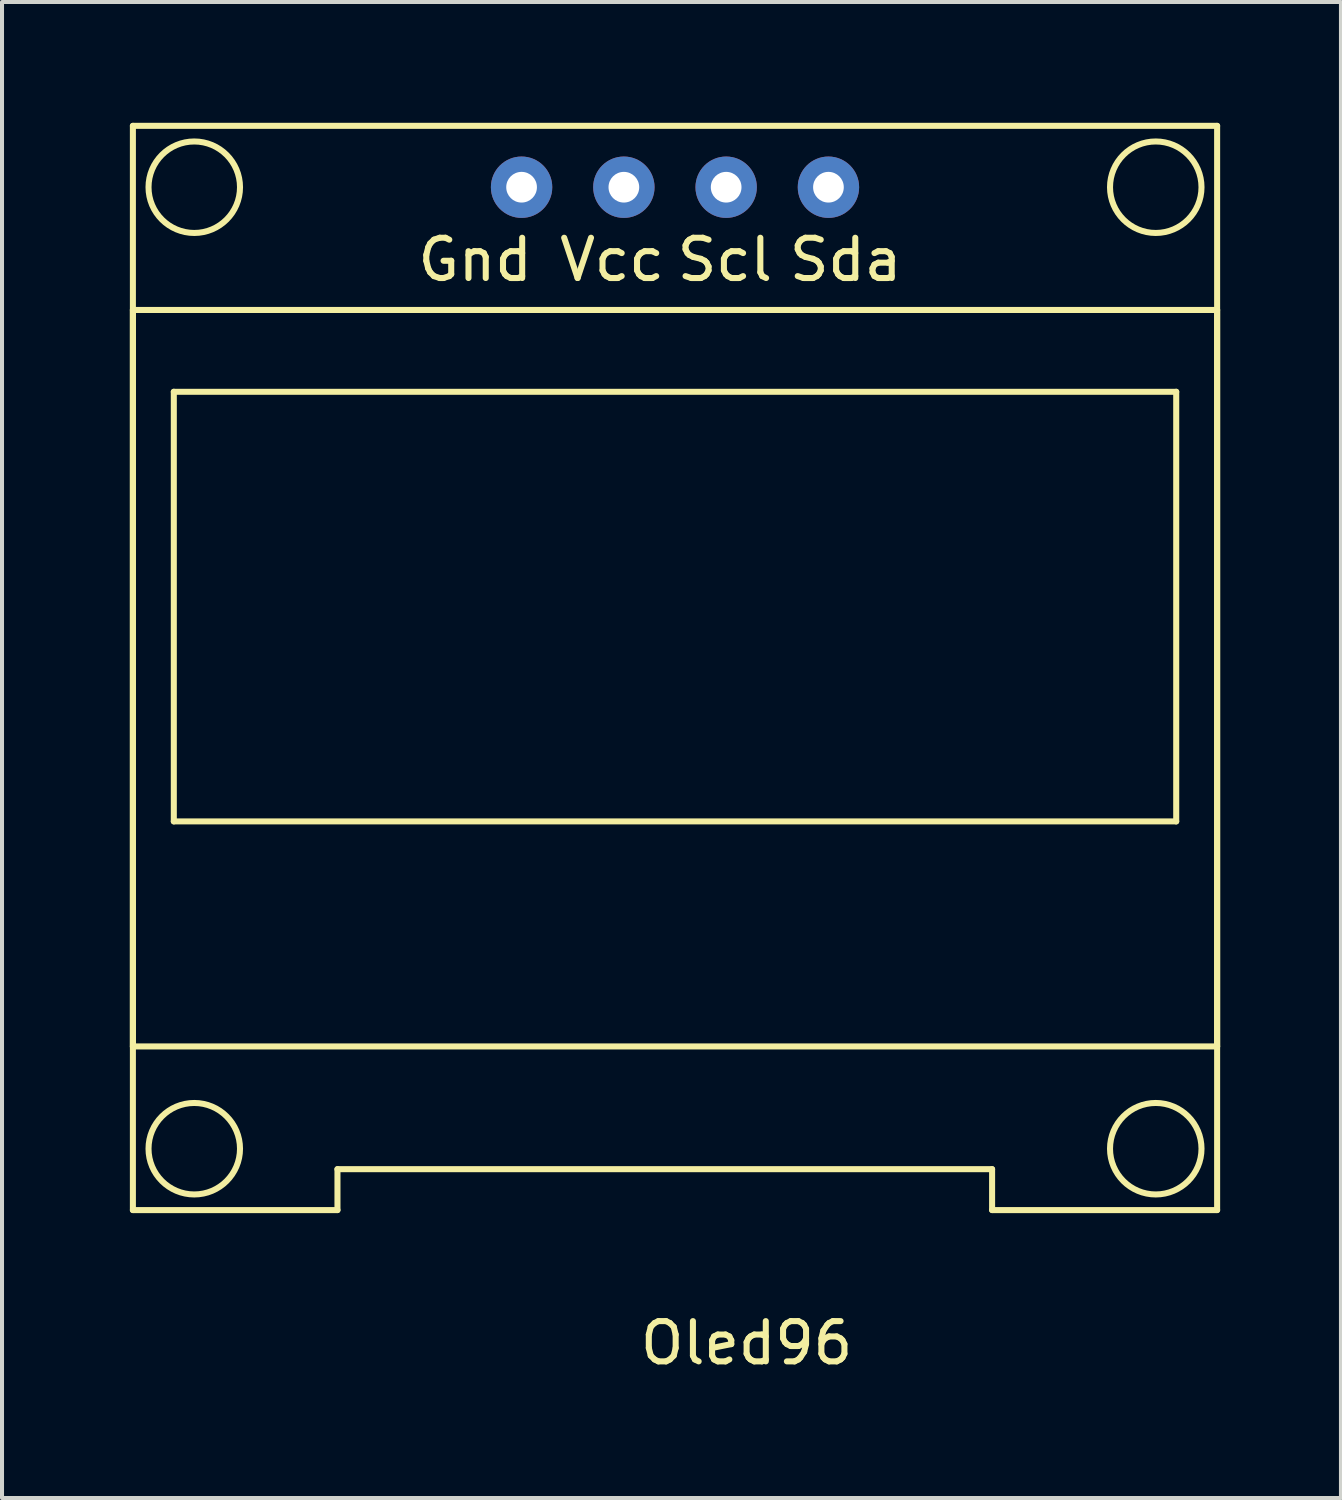
<source format=kicad_pcb>
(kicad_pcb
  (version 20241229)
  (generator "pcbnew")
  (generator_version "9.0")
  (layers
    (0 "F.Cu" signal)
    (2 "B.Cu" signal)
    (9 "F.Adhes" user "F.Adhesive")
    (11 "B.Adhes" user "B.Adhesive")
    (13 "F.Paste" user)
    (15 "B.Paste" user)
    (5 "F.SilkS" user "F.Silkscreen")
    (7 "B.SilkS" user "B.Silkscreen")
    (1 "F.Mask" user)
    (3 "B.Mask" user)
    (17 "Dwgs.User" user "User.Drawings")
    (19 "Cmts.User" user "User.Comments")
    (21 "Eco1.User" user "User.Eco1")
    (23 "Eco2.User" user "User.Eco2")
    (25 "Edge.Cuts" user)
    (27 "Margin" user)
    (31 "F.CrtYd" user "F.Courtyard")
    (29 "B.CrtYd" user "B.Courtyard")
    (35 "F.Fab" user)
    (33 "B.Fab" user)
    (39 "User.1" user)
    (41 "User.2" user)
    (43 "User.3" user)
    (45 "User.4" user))
  (footprint "Oled96"
    (layer "F.Cu")
    (at 0.25 26.999)
    (property "Reference" "Oled96" (at 15.24 3.302 0) (layer "F.SilkS") (effects (font (size 1 1) (thickness 0.15))))
    (attr through_hole)
    (fp_line (start 0 -26.924) (end 26.924 -26.924) (stroke (width 0.15) (type solid)) (layer "F.SilkS"))
    (fp_line (start 0 -22.352) (end 26.924 -22.352) (stroke (width 0.15) (type solid)) (layer "F.SilkS"))
    (fp_line (start 0 -4.064) (end 0 -22.352) (stroke (width 0.15) (type solid)) (layer "F.SilkS"))
    (fp_line (start 0 0) (end 0 -26.924) (stroke (width 0.15) (type solid)) (layer "F.SilkS"))
    (fp_line (start 0 0) (end 5.08 0) (stroke (width 0.15) (type solid)) (layer "F.SilkS"))
    (fp_line (start 1.016 -20.32) (end 25.908 -20.32) (stroke (width 0.15) (type solid)) (layer "F.SilkS"))
    (fp_line (start 1.016 -9.652) (end 1.016 -20.32) (stroke (width 0.15) (type solid)) (layer "F.SilkS"))
    (fp_line (start 5.08 -1.016) (end 21.336 -1.016) (stroke (width 0.15) (type solid)) (layer "F.SilkS"))
    (fp_line (start 5.08 0) (end 5.08 -1.016) (stroke (width 0.15) (type solid)) (layer "F.SilkS"))
    (fp_line (start 21.336 -1.016) (end 21.336 0) (stroke (width 0.15) (type solid)) (layer "F.SilkS"))
    (fp_line (start 21.336 0) (end 26.924 0) (stroke (width 0.15) (type solid)) (layer "F.SilkS"))
    (fp_line (start 25.908 -20.32) (end 25.908 -9.652) (stroke (width 0.15) (type solid)) (layer "F.SilkS"))
    (fp_line (start 25.908 -9.652) (end 1.016 -9.652) (stroke (width 0.15) (type solid)) (layer "F.SilkS"))
    (fp_line (start 26.924 -26.924) (end 26.924 0) (stroke (width 0.15) (type solid)) (layer "F.SilkS"))
    (fp_line (start 26.924 -22.352) (end 26.924 -4.064) (stroke (width 0.15) (type solid)) (layer "F.SilkS"))
    (fp_line (start 26.924 -4.064) (end 0 -4.064) (stroke (width 0.15) (type solid)) (layer "F.SilkS"))
    (fp_circle (center 1.524 -25.4) (end 2.54 -25.908) (stroke (width 0.15) (type solid)) (fill no) (layer "F.SilkS"))
    (fp_circle (center 1.524 -1.524) (end 2.54 -2.032) (stroke (width 0.15) (type solid)) (fill no) (layer "F.SilkS"))
    (fp_circle (center 25.4 -25.4) (end 26.416 -25.908) (stroke (width 0.15) (type solid)) (fill no) (layer "F.SilkS"))
    (fp_circle (center 25.4 -1.524) (end 25.908 -2.54) (stroke (width 0.15) (type solid)) (fill no) (layer "F.SilkS"))
    (fp_text user "Scl" (at 14.7 -23.6 0) (layer "F.SilkS") (effects (font (size 1 1) (thickness 0.15))))
    (fp_text user "Gnd" (at 8.5 -23.6 0) (layer "F.SilkS") (effects (font (size 1 1) (thickness 0.15))))
    (fp_text user "Vcc" (at 11.9 -23.6 0) (layer "F.SilkS") (effects (font (size 1 1) (thickness 0.15))))
    (fp_text user "Sda" (at 17.7 -23.6 0) (layer "F.SilkS") (effects (font (size 1 1) (thickness 0.15))))
    (pad "1" thru_hole circle (at 17.272 -25.4) (size 1.524 1.524) (drill 0.762) (layers "*.Cu" "*.Mask"))
    (pad "2" thru_hole circle (at 14.732 -25.4) (size 1.524 1.524) (drill 0.762) (layers "*.Cu" "*.Mask"))
    (pad "3" thru_hole circle (at 12.192 -25.4) (size 1.524 1.524) (drill 0.762) (layers "*.Cu" "*.Mask"))
    (pad "4" thru_hole circle (at 9.652 -25.4) (size 1.524 1.524) (drill 0.762) (layers "*.Cu" "*.Mask")))
  (gr_rect
    (start -3 -3)
    (end 30.249 34.149)
    (stroke (width 0.1) (type default))
    (fill no)
    (layer "Edge.Cuts")))
</source>
